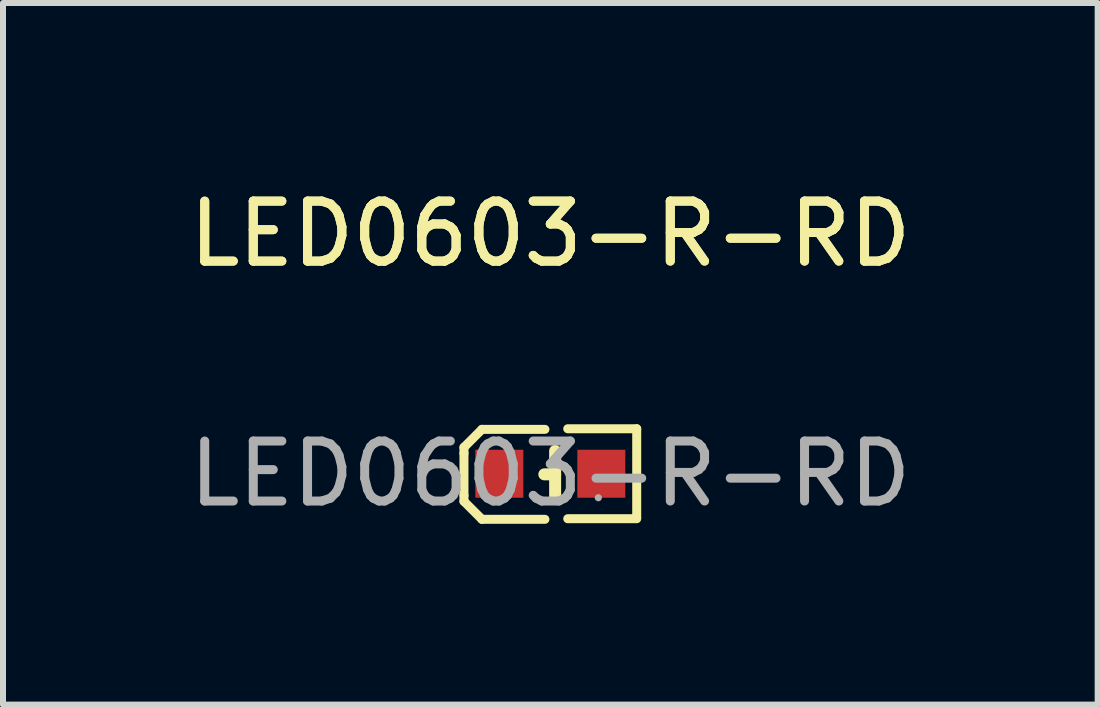
<source format=kicad_pcb>
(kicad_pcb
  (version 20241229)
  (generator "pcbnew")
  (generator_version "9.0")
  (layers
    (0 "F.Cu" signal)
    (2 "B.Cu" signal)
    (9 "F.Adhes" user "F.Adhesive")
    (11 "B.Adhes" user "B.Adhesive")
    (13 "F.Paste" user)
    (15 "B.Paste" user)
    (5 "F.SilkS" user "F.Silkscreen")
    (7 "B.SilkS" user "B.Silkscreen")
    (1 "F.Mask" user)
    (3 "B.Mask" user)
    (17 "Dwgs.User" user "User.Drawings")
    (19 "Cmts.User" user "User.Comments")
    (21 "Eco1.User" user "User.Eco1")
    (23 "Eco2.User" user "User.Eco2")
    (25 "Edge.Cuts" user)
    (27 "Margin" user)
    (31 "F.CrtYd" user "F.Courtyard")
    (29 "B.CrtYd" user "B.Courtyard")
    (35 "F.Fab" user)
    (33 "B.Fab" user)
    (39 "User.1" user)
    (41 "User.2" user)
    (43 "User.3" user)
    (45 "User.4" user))
  (footprint "LED0603-R-RD"
    (layer "F.Cu")
    (at 6.125 4.848)
    (property "Reference" "LED0603-R-RD" (at 0 -4 0) (layer "F.SilkS") (effects (font (size 1 1) (thickness 0.15))))
    (attr smd)
    (fp_line (start -1.44 -0.44) (end -1.14 -0.74) (stroke (width 0.15) (type solid)) (layer "F.SilkS"))
    (fp_line (start -1.44 -0.34) (end -1.44 -0.44) (stroke (width 0.15) (type solid)) (layer "F.SilkS"))
    (fp_line (start -1.44 -0.34) (end -1.44 0.36) (stroke (width 0.15) (type solid)) (layer "F.SilkS"))
    (fp_line (start -1.44 0.36) (end -1.44 0.46) (stroke (width 0.15) (type solid)) (layer "F.SilkS"))
    (fp_line (start -1.44 0.46) (end -1.14 0.76) (stroke (width 0.15) (type solid)) (layer "F.SilkS"))
    (fp_line (start -0.09 -0.74) (end -1.14 -0.74) (stroke (width 0.15) (type solid)) (layer "F.SilkS"))
    (fp_line (start -0.09 0.76) (end -1.14 0.76) (stroke (width 0.15) (type solid)) (layer "F.SilkS"))
    (fp_line (start 0.08 0.01) (end -0.1 0.01) (stroke (width 0.2) (type solid)) (layer "F.SilkS"))
    (fp_line (start 0.08 0.41) (end 0.08 -0.38) (stroke (width 0.2) (type solid)) (layer "F.SilkS"))
    (fp_line (start 0.29 -0.75) (end 1.44 -0.75) (stroke (width 0.15) (type solid)) (layer "F.SilkS"))
    (fp_line (start 0.29 0.75) (end 1.44 0.75) (stroke (width 0.15) (type solid)) (layer "F.SilkS"))
    (fp_line (start 1.44 -0.75) (end 1.44 0.73) (stroke (width 0.15) (type solid)) (layer "F.SilkS"))
    (fp_circle (center 0.8 0.4) (end 0.83 0.4) (stroke (width 0.06) (type solid)) (fill no) (layer "F.Fab"))
    (fp_text user "${REFERENCE}" (at 0 -4 0) (layer "F.SilkS") (effects (font (size 1 1) (thickness 0.15))))
    (fp_text user "${REFERENCE}" (at 0 0 0) (layer "F.Fab") (effects (font (size 1 1) (thickness 0.15))))
    (pad "1" smd rect (at 0.85 0 90) (size 0.8 0.8) (layers "F.Cu" "F.Mask" "F.Paste"))
    (pad "2" smd rect (at -0.85 0 90) (size 0.8 0.8) (layers "F.Cu" "F.Mask" "F.Paste")))
  (gr_rect
    (start -3 -3)
    (end 15.25 8.697)
    (stroke (width 0.1) (type default))
    (fill no)
    (layer "Edge.Cuts")))
</source>
